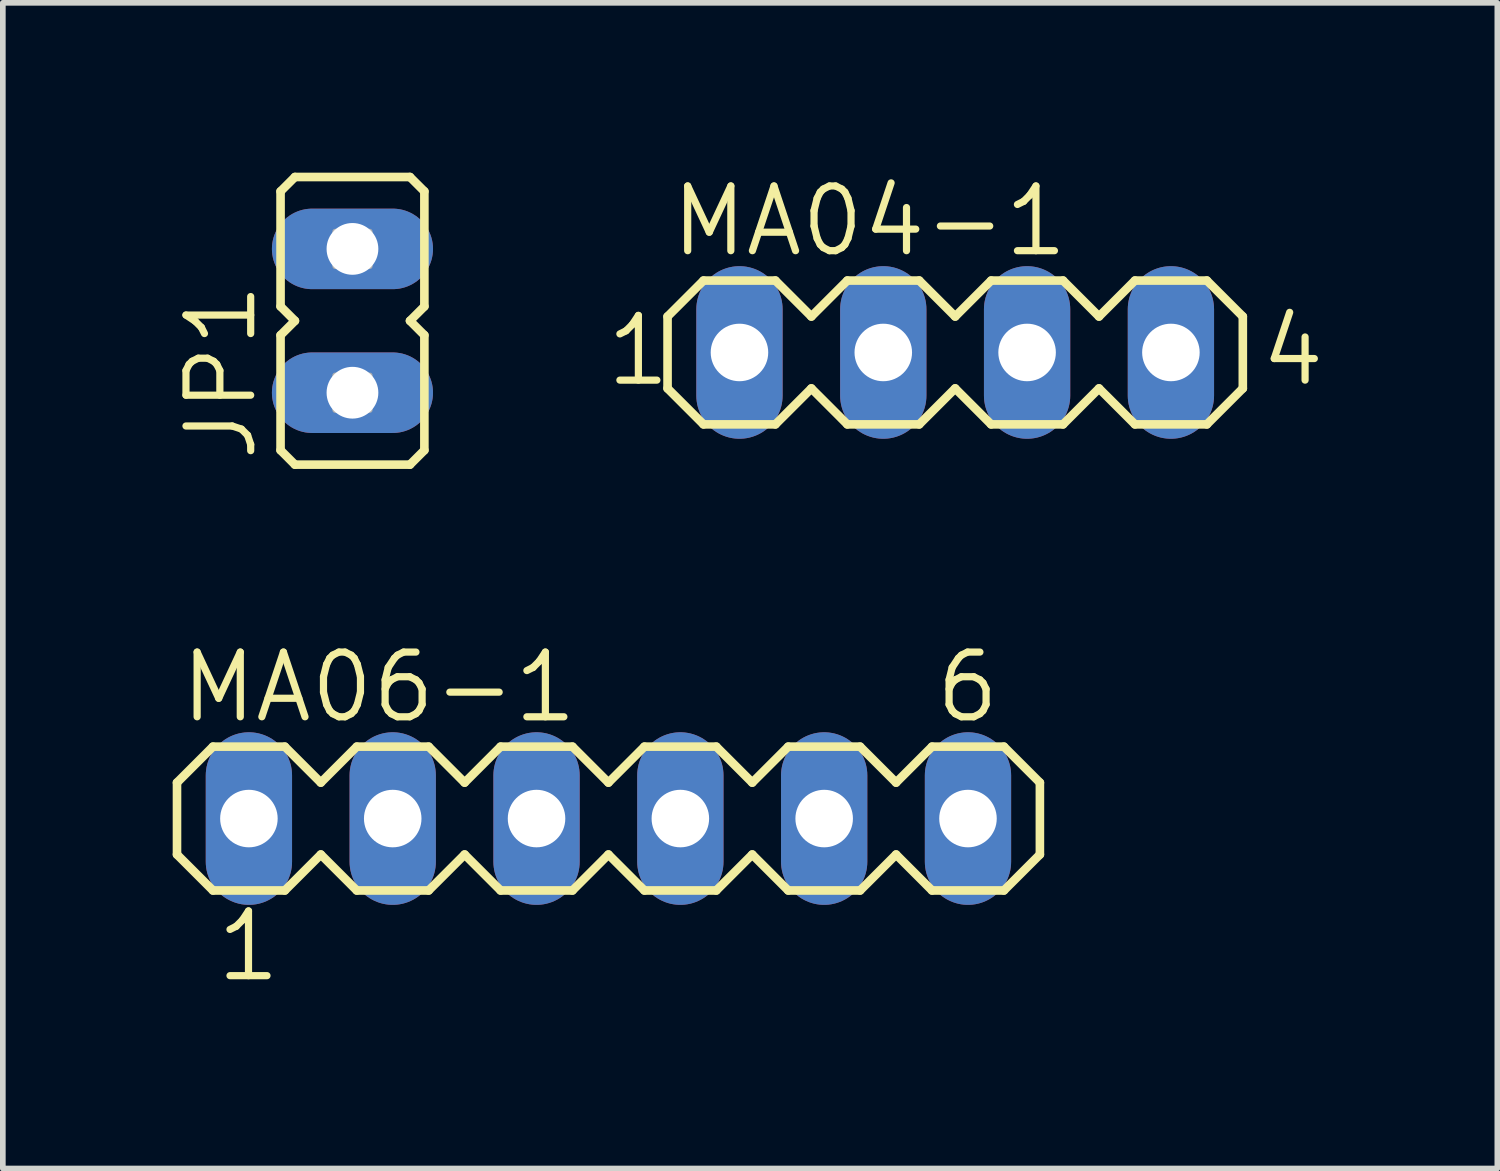
<source format=kicad_pcb>
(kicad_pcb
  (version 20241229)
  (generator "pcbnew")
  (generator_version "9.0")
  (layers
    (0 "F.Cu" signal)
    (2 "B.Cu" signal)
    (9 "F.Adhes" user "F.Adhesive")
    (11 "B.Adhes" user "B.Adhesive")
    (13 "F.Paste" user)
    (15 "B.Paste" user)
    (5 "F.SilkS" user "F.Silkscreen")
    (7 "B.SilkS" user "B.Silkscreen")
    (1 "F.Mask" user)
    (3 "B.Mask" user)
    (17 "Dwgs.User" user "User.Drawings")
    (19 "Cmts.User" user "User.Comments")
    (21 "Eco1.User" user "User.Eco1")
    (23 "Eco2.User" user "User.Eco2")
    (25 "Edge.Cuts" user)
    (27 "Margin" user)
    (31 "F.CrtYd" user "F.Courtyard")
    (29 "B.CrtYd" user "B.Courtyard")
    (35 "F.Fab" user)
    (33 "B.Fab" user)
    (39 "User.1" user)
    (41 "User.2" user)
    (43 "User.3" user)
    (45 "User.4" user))
  (footprint "JP1"
    (layer "F.Cu")
    (at 3.175 2.616)
    (property "Reference" "JP1" (at -1.651 2.54 90) (layer "F.SilkS") (effects (font (size 1.143 1.143) (thickness 0.127)) (justify left bottom)))
    (fp_line (start -1.27 -2.286) (end -1.27 -0.254) (stroke (width 0.152) (type solid)) (layer "F.SilkS"))
    (fp_line (start -1.27 -2.286) (end -1.016 -2.54) (stroke (width 0.152) (type solid)) (layer "F.SilkS"))
    (fp_line (start -1.27 0.254) (end -1.27 2.286) (stroke (width 0.152) (type solid)) (layer "F.SilkS"))
    (fp_line (start -1.016 0) (end -1.27 -0.254) (stroke (width 0.152) (type solid)) (layer "F.SilkS"))
    (fp_line (start -1.016 0) (end -1.27 0.254) (stroke (width 0.152) (type solid)) (layer "F.SilkS"))
    (fp_line (start -1.016 2.54) (end -1.27 2.286) (stroke (width 0.152) (type solid)) (layer "F.SilkS"))
    (fp_line (start -1.016 2.54) (end 1.016 2.54) (stroke (width 0.152) (type solid)) (layer "F.SilkS"))
    (fp_line (start 1.016 -2.54) (end -1.016 -2.54) (stroke (width 0.152) (type solid)) (layer "F.SilkS"))
    (fp_line (start 1.016 0) (end 1.27 -0.254) (stroke (width 0.152) (type solid)) (layer "F.SilkS"))
    (fp_line (start 1.016 0) (end 1.27 0.254) (stroke (width 0.152) (type solid)) (layer "F.SilkS"))
    (fp_line (start 1.016 2.54) (end 1.27 2.286) (stroke (width 0.152) (type solid)) (layer "F.SilkS"))
    (fp_line (start 1.27 -2.286) (end 1.016 -2.54) (stroke (width 0.152) (type solid)) (layer "F.SilkS"))
    (fp_line (start 1.27 -2.286) (end 1.27 -0.254) (stroke (width 0.152) (type solid)) (layer "F.SilkS"))
    (fp_line (start 1.27 0.254) (end 1.27 2.286) (stroke (width 0.152) (type solid)) (layer "F.SilkS"))
    (fp_poly (pts (xy -0.305 -0.965) (xy 0.305 -0.965) (xy 0.305 -1.575) (xy -0.305 -1.575)) (stroke (width 0.1) (type solid)) (fill no) (layer "F.Fab"))
    (fp_poly (pts (xy -0.305 1.575) (xy 0.305 1.575) (xy 0.305 0.965) (xy -0.305 0.965)) (stroke (width 0.1) (type solid)) (fill no) (layer "F.Fab"))
    (pad "1" thru_hole oval (at 0 1.27) (size 2.845 1.422) (drill 0.914) (layers "*.Cu" "*.Mask"))
    (pad "2" thru_hole oval (at 0 -1.27) (size 2.845 1.422) (drill 0.914) (layers "*.Cu" "*.Mask")))
  (footprint "MA06-1"
    (layer "F.Cu")
    (at 7.696 11.407)
    (property "Reference" "MA06-1" (at -7.62 -1.651 0) (layer "F.SilkS") (effects (font (size 1.143 1.143) (thickness 0.127)) (justify left bottom)))
    (fp_line (start -7.62 -0.635) (end -7.62 0.635) (stroke (width 0.152) (type solid)) (layer "F.SilkS"))
    (fp_line (start -7.62 0.635) (end -6.985 1.27) (stroke (width 0.152) (type solid)) (layer "F.SilkS"))
    (fp_line (start -6.985 -1.27) (end -7.62 -0.635) (stroke (width 0.152) (type solid)) (layer "F.SilkS"))
    (fp_line (start -6.985 -1.27) (end -5.715 -1.27) (stroke (width 0.152) (type solid)) (layer "F.SilkS"))
    (fp_line (start -5.715 -1.27) (end -5.08 -0.635) (stroke (width 0.152) (type solid)) (layer "F.SilkS"))
    (fp_line (start -5.715 1.27) (end -6.985 1.27) (stroke (width 0.152) (type solid)) (layer "F.SilkS"))
    (fp_line (start -5.08 -0.635) (end -4.445 -1.27) (stroke (width 0.152) (type solid)) (layer "F.SilkS"))
    (fp_line (start -5.08 0.635) (end -5.715 1.27) (stroke (width 0.152) (type solid)) (layer "F.SilkS"))
    (fp_line (start -4.445 -1.27) (end -3.175 -1.27) (stroke (width 0.152) (type solid)) (layer "F.SilkS"))
    (fp_line (start -4.445 1.27) (end -5.08 0.635) (stroke (width 0.152) (type solid)) (layer "F.SilkS"))
    (fp_line (start -3.175 -1.27) (end -2.54 -0.635) (stroke (width 0.152) (type solid)) (layer "F.SilkS"))
    (fp_line (start -3.175 1.27) (end -4.445 1.27) (stroke (width 0.152) (type solid)) (layer "F.SilkS"))
    (fp_line (start -2.54 -0.635) (end -1.905 -1.27) (stroke (width 0.152) (type solid)) (layer "F.SilkS"))
    (fp_line (start -2.54 0.635) (end -3.175 1.27) (stroke (width 0.152) (type solid)) (layer "F.SilkS"))
    (fp_line (start -1.905 -1.27) (end -0.635 -1.27) (stroke (width 0.152) (type solid)) (layer "F.SilkS"))
    (fp_line (start -1.905 1.27) (end -2.54 0.635) (stroke (width 0.152) (type solid)) (layer "F.SilkS"))
    (fp_line (start -0.635 -1.27) (end 0 -0.635) (stroke (width 0.152) (type solid)) (layer "F.SilkS"))
    (fp_line (start -0.635 1.27) (end -1.905 1.27) (stroke (width 0.152) (type solid)) (layer "F.SilkS"))
    (fp_line (start 0 0.635) (end -0.635 1.27) (stroke (width 0.152) (type solid)) (layer "F.SilkS"))
    (fp_line (start 0 0.635) (end 0.635 1.27) (stroke (width 0.152) (type solid)) (layer "F.SilkS"))
    (fp_line (start 0.635 -1.27) (end 0 -0.635) (stroke (width 0.152) (type solid)) (layer "F.SilkS"))
    (fp_line (start 0.635 -1.27) (end 1.905 -1.27) (stroke (width 0.152) (type solid)) (layer "F.SilkS"))
    (fp_line (start 1.905 -1.27) (end 2.54 -0.635) (stroke (width 0.152) (type solid)) (layer "F.SilkS"))
    (fp_line (start 1.905 1.27) (end 0.635 1.27) (stroke (width 0.152) (type solid)) (layer "F.SilkS"))
    (fp_line (start 2.54 -0.635) (end 3.175 -1.27) (stroke (width 0.152) (type solid)) (layer "F.SilkS"))
    (fp_line (start 2.54 0.635) (end 1.905 1.27) (stroke (width 0.152) (type solid)) (layer "F.SilkS"))
    (fp_line (start 3.175 -1.27) (end 4.445 -1.27) (stroke (width 0.152) (type solid)) (layer "F.SilkS"))
    (fp_line (start 3.175 1.27) (end 2.54 0.635) (stroke (width 0.152) (type solid)) (layer "F.SilkS"))
    (fp_line (start 4.445 -1.27) (end 5.08 -0.635) (stroke (width 0.152) (type solid)) (layer "F.SilkS"))
    (fp_line (start 4.445 1.27) (end 3.175 1.27) (stroke (width 0.152) (type solid)) (layer "F.SilkS"))
    (fp_line (start 5.08 -0.635) (end 5.715 -1.27) (stroke (width 0.152) (type solid)) (layer "F.SilkS"))
    (fp_line (start 5.08 0.635) (end 4.445 1.27) (stroke (width 0.152) (type solid)) (layer "F.SilkS"))
    (fp_line (start 5.715 -1.27) (end 6.985 -1.27) (stroke (width 0.152) (type solid)) (layer "F.SilkS"))
    (fp_line (start 5.715 1.27) (end 5.08 0.635) (stroke (width 0.152) (type solid)) (layer "F.SilkS"))
    (fp_line (start 6.985 -1.27) (end 7.62 -0.635) (stroke (width 0.152) (type solid)) (layer "F.SilkS"))
    (fp_line (start 6.985 1.27) (end 5.715 1.27) (stroke (width 0.152) (type solid)) (layer "F.SilkS"))
    (fp_line (start 7.62 -0.635) (end 7.62 0.635) (stroke (width 0.152) (type solid)) (layer "F.SilkS"))
    (fp_line (start 7.62 0.635) (end 6.985 1.27) (stroke (width 0.152) (type solid)) (layer "F.SilkS"))
    (fp_poly (pts (xy -6.604 0.254) (xy -6.096 0.254) (xy -6.096 -0.254) (xy -6.604 -0.254)) (stroke (width 0.1) (type solid)) (fill no) (layer "F.Fab"))
    (fp_poly (pts (xy -4.064 0.254) (xy -3.556 0.254) (xy -3.556 -0.254) (xy -4.064 -0.254)) (stroke (width 0.1) (type solid)) (fill no) (layer "F.Fab"))
    (fp_poly (pts (xy -1.524 0.254) (xy -1.016 0.254) (xy -1.016 -0.254) (xy -1.524 -0.254)) (stroke (width 0.1) (type solid)) (fill no) (layer "F.Fab"))
    (fp_poly (pts (xy 1.016 0.254) (xy 1.524 0.254) (xy 1.524 -0.254) (xy 1.016 -0.254)) (stroke (width 0.1) (type solid)) (fill no) (layer "F.Fab"))
    (fp_poly (pts (xy 3.556 0.254) (xy 4.064 0.254) (xy 4.064 -0.254) (xy 3.556 -0.254)) (stroke (width 0.1) (type solid)) (fill no) (layer "F.Fab"))
    (fp_poly (pts (xy 6.096 0.254) (xy 6.604 0.254) (xy 6.604 -0.254) (xy 6.096 -0.254)) (stroke (width 0.1) (type solid)) (fill no) (layer "F.Fab"))
    (fp_text user "6" (at 5.715 -1.651 0) (layer "F.SilkS") (effects (font (size 1.143 1.143) (thickness 0.127)) (justify left bottom)))
    (fp_text user "1" (at -6.985 2.921 0) (layer "F.SilkS") (effects (font (size 1.143 1.143) (thickness 0.127)) (justify left bottom)))
    (pad "1" thru_hole oval (at -6.35 0 90) (size 3.048 1.524) (drill 1.016) (layers "*.Cu" "*.Mask"))
    (pad "2" thru_hole oval (at -3.81 0 90) (size 3.048 1.524) (drill 1.016) (layers "*.Cu" "*.Mask"))
    (pad "3" thru_hole oval (at -1.27 0 90) (size 3.048 1.524) (drill 1.016) (layers "*.Cu" "*.Mask"))
    (pad "4" thru_hole oval (at 1.27 0 90) (size 3.048 1.524) (drill 1.016) (layers "*.Cu" "*.Mask"))
    (pad "5" thru_hole oval (at 3.81 0 90) (size 3.048 1.524) (drill 1.016) (layers "*.Cu" "*.Mask"))
    (pad "6" thru_hole oval (at 6.35 0 90) (size 3.048 1.524) (drill 1.016) (layers "*.Cu" "*.Mask")))
  (footprint "MA04-1"
    (layer "F.Cu")
    (at 13.82 3.175)
    (property "Reference" "MA04-1" (at -5.08 -1.651 0) (layer "F.SilkS") (effects (font (size 1.143 1.143) (thickness 0.127)) (justify left bottom)))
    (fp_line (start -5.08 -0.635) (end -5.08 0.635) (stroke (width 0.152) (type solid)) (layer "F.SilkS"))
    (fp_line (start -5.08 0.635) (end -4.445 1.27) (stroke (width 0.152) (type solid)) (layer "F.SilkS"))
    (fp_line (start -4.445 -1.27) (end -5.08 -0.635) (stroke (width 0.152) (type solid)) (layer "F.SilkS"))
    (fp_line (start -4.445 -1.27) (end -3.175 -1.27) (stroke (width 0.152) (type solid)) (layer "F.SilkS"))
    (fp_line (start -3.175 -1.27) (end -2.54 -0.635) (stroke (width 0.152) (type solid)) (layer "F.SilkS"))
    (fp_line (start -3.175 1.27) (end -4.445 1.27) (stroke (width 0.152) (type solid)) (layer "F.SilkS"))
    (fp_line (start -2.54 -0.635) (end -1.905 -1.27) (stroke (width 0.152) (type solid)) (layer "F.SilkS"))
    (fp_line (start -2.54 0.635) (end -3.175 1.27) (stroke (width 0.152) (type solid)) (layer "F.SilkS"))
    (fp_line (start -1.905 -1.27) (end -0.635 -1.27) (stroke (width 0.152) (type solid)) (layer "F.SilkS"))
    (fp_line (start -1.905 1.27) (end -2.54 0.635) (stroke (width 0.152) (type solid)) (layer "F.SilkS"))
    (fp_line (start -0.635 -1.27) (end 0 -0.635) (stroke (width 0.152) (type solid)) (layer "F.SilkS"))
    (fp_line (start -0.635 1.27) (end -1.905 1.27) (stroke (width 0.152) (type solid)) (layer "F.SilkS"))
    (fp_line (start 0 -0.635) (end 0.635 -1.27) (stroke (width 0.152) (type solid)) (layer "F.SilkS"))
    (fp_line (start 0 0.635) (end -0.635 1.27) (stroke (width 0.152) (type solid)) (layer "F.SilkS"))
    (fp_line (start 0.635 -1.27) (end 1.905 -1.27) (stroke (width 0.152) (type solid)) (layer "F.SilkS"))
    (fp_line (start 0.635 1.27) (end 0 0.635) (stroke (width 0.152) (type solid)) (layer "F.SilkS"))
    (fp_line (start 1.905 -1.27) (end 2.54 -0.635) (stroke (width 0.152) (type solid)) (layer "F.SilkS"))
    (fp_line (start 1.905 1.27) (end 0.635 1.27) (stroke (width 0.152) (type solid)) (layer "F.SilkS"))
    (fp_line (start 2.54 0.635) (end 1.905 1.27) (stroke (width 0.152) (type solid)) (layer "F.SilkS"))
    (fp_line (start 2.54 0.635) (end 3.175 1.27) (stroke (width 0.152) (type solid)) (layer "F.SilkS"))
    (fp_line (start 3.175 -1.27) (end 2.54 -0.635) (stroke (width 0.152) (type solid)) (layer "F.SilkS"))
    (fp_line (start 3.175 -1.27) (end 4.445 -1.27) (stroke (width 0.152) (type solid)) (layer "F.SilkS"))
    (fp_line (start 4.445 -1.27) (end 5.08 -0.635) (stroke (width 0.152) (type solid)) (layer "F.SilkS"))
    (fp_line (start 4.445 1.27) (end 3.175 1.27) (stroke (width 0.152) (type solid)) (layer "F.SilkS"))
    (fp_line (start 5.08 -0.635) (end 5.08 0.635) (stroke (width 0.152) (type solid)) (layer "F.SilkS"))
    (fp_line (start 5.08 0.635) (end 4.445 1.27) (stroke (width 0.152) (type solid)) (layer "F.SilkS"))
    (fp_poly (pts (xy -4.064 0.254) (xy -3.556 0.254) (xy -3.556 -0.254) (xy -4.064 -0.254)) (stroke (width 0.1) (type solid)) (fill no) (layer "F.Fab"))
    (fp_poly (pts (xy -1.524 0.254) (xy -1.016 0.254) (xy -1.016 -0.254) (xy -1.524 -0.254)) (stroke (width 0.1) (type solid)) (fill no) (layer "F.Fab"))
    (fp_poly (pts (xy 1.016 0.254) (xy 1.524 0.254) (xy 1.524 -0.254) (xy 1.016 -0.254)) (stroke (width 0.1) (type solid)) (fill no) (layer "F.Fab"))
    (fp_poly (pts (xy 3.556 0.254) (xy 4.064 0.254) (xy 4.064 -0.254) (xy 3.556 -0.254)) (stroke (width 0.1) (type solid)) (fill no) (layer "F.Fab"))
    (fp_text user "1" (at -6.223 0.635 0) (layer "F.SilkS") (effects (font (size 1.143 1.143) (thickness 0.127)) (justify left bottom)))
    (fp_text user "4" (at 5.334 0.635 0) (layer "F.SilkS") (effects (font (size 1.143 1.143) (thickness 0.127)) (justify left bottom)))
    (pad "1" thru_hole oval (at -3.81 0 90) (size 3.048 1.524) (drill 1.016) (layers "*.Cu" "*.Mask"))
    (pad "2" thru_hole oval (at -1.27 0 90) (size 3.048 1.524) (drill 1.016) (layers "*.Cu" "*.Mask"))
    (pad "3" thru_hole oval (at 1.27 0 90) (size 3.048 1.524) (drill 1.016) (layers "*.Cu" "*.Mask"))
    (pad "4" thru_hole oval (at 3.81 0 90) (size 3.048 1.524) (drill 1.016) (layers "*.Cu" "*.Mask")))
  (gr_rect
    (start -3 -3)
    (end 23.395 17.587)
    (stroke (width 0.1) (type default))
    (fill no)
    (layer "Edge.Cuts")))
</source>
